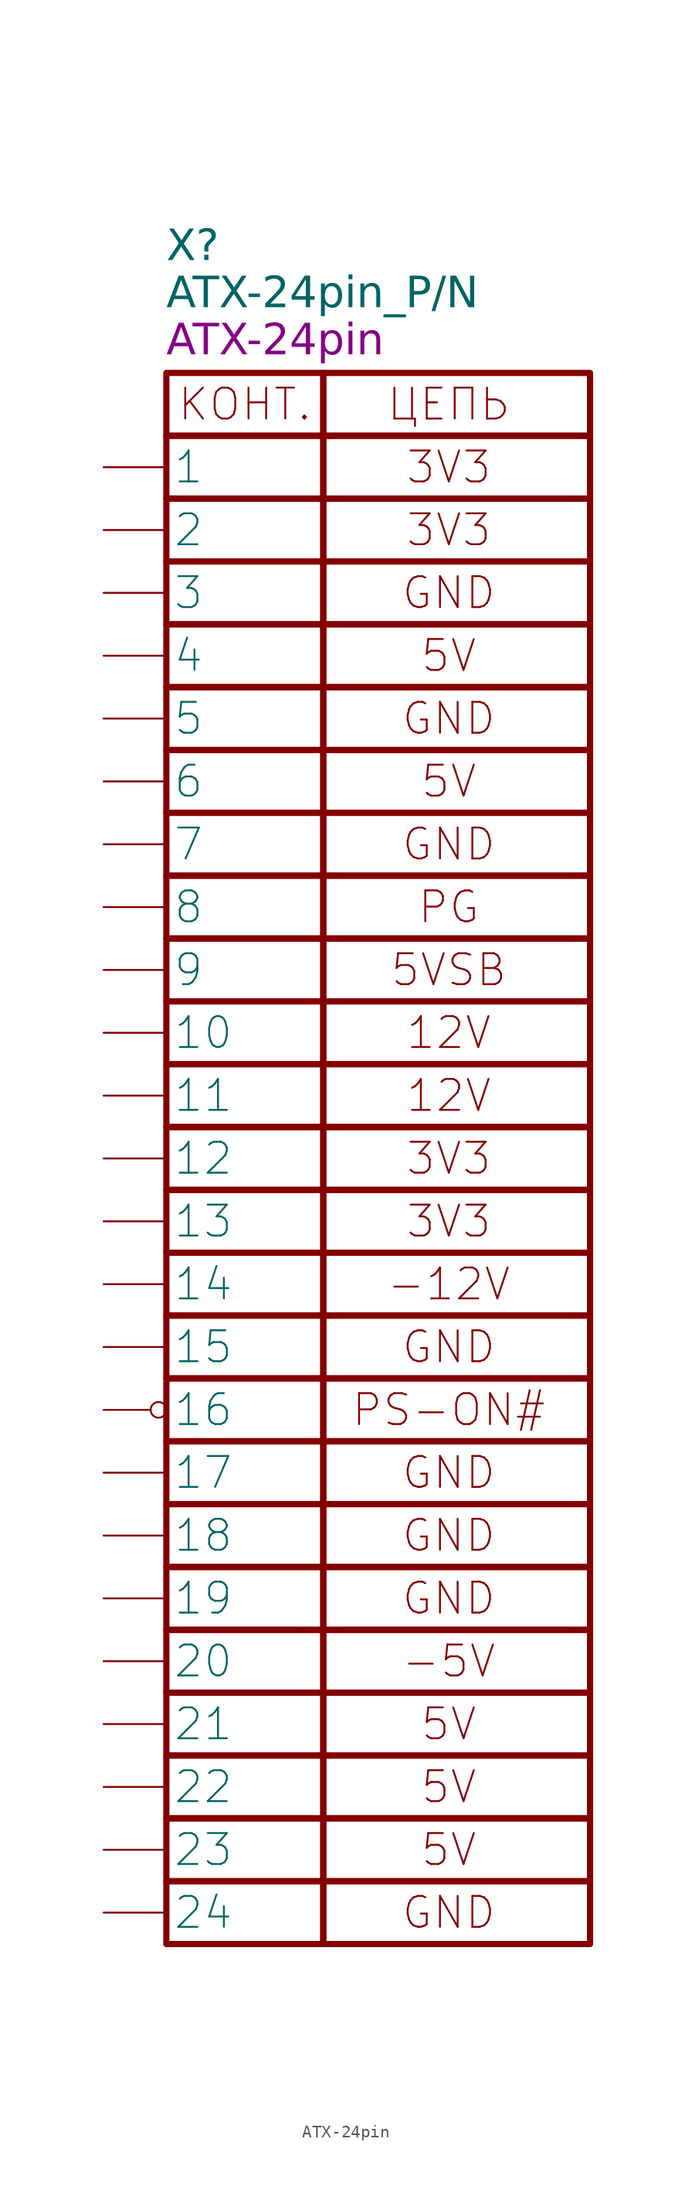
<source format=kicad_sym>
(kicad_symbol_lib
  (version 20241209)
  (generator "kicad_symbol_editor")
  (generator_version "9.0")
  (symbol "ATX-24pin"
    (pin_numbers
      (hide yes))
    (property "Reference" "X"
      (at -12.7 10.16 0)
      (effects (font (face "GOST type A") (size 2.5 2.5) (italic yes)) (justify left)))
    (property "Value" "ATX-24pin_P/N"
      (at -12.7 6.35 0)
      (effects (font (face "GOST type A") (size 2.5 2.5) (italic yes)) (justify left)))
    (property "Name" "ATX-24pin"
      (at -12.7 2.54 0)
      (effects (font (face "GOST type A") (size 2.5 2.5) (italic yes)) (justify left)))
    (symbol "ATX-24pin_0_1"
      (rectangle (start -12.7 0) (end 0 -5.08) (stroke (width 0.5) (type default)) (fill (type none)))
      (rectangle (start -12.7 -5.08) (end 0 -10.16) (stroke (width 0.5) (type default)) (fill (type none)))
      (rectangle (start -12.7 -10.16) (end 0 -15.24) (stroke (width 0.5) (type default)) (fill (type none)))
      (rectangle (start -12.7 -15.24) (end 0 -20.32) (stroke (width 0.5) (type default)) (fill (type none)))
      (rectangle (start -12.7 -20.32) (end 0 -25.4) (stroke (width 0.5) (type default)) (fill (type none)))
      (rectangle (start -12.7 -25.4) (end 0 -30.48) (stroke (width 0.5) (type default)) (fill (type none)))
      (rectangle (start -12.7 -30.48) (end 0 -35.56) (stroke (width 0.5) (type default)) (fill (type none)))
      (rectangle (start -12.7 -35.56) (end 0 -40.64) (stroke (width 0.5) (type default)) (fill (type none)))
      (rectangle (start -12.7 -40.64) (end 0 -45.72) (stroke (width 0.5) (type default)) (fill (type none)))
      (rectangle (start -12.7 -45.72) (end 0 -50.8) (stroke (width 0.5) (type default)) (fill (type none)))
      (rectangle (start -12.7 -50.8) (end 0 -55.88) (stroke (width 0.5) (type default)) (fill (type none)))
      (rectangle (start -12.7 -55.88) (end 0 -60.96) (stroke (width 0.5) (type default)) (fill (type none)))
      (rectangle (start -12.7 -60.96) (end 0 -66.04) (stroke (width 0.5) (type default)) (fill (type none)))
      (rectangle (start -12.7 -66.04) (end 0 -71.12) (stroke (width 0.5) (type default)) (fill (type none)))
      (rectangle (start -12.7 -71.12) (end 0 -76.2) (stroke (width 0.5) (type default)) (fill (type none)))
      (rectangle (start -12.7 -76.2) (end 0 -81.28) (stroke (width 0.5) (type default)) (fill (type none)))
      (rectangle (start -12.7 -81.28) (end 0 -86.36) (stroke (width 0.5) (type default)) (fill (type none)))
      (rectangle (start -12.7 -86.36) (end 0 -91.44) (stroke (width 0.5) (type default)) (fill (type none)))
      (rectangle (start -12.7 -91.44) (end 0 -96.52) (stroke (width 0.5) (type default)) (fill (type none)))
      (rectangle (start -12.7 -96.52) (end 0 -101.6) (stroke (width 0.5) (type default)) (fill (type none)))
      (rectangle (start -12.7 -101.6) (end 0 -106.68) (stroke (width 0.5) (type default)) (fill (type none)))
      (rectangle (start -12.7 -106.68) (end 0 -111.76) (stroke (width 0.5) (type default)) (fill (type none)))
      (rectangle (start -12.7 -111.76) (end 0 -116.84) (stroke (width 0.5) (type default)) (fill (type none)))
      (rectangle (start -12.7 -116.84) (end 0 -121.92) (stroke (width 0.5) (type default)) (fill (type none)))
      (rectangle (start -12.7 -121.92) (end 0 -127) (stroke (width 0.5) (type default)) (fill (type none)))
      (rectangle (start 0 0) (end 21.59 -5.08) (stroke (width 0.5) (type default)) (fill (type none)))
      (text "КОНТ." (at -6.35 -2.54 0) (effects (font (size 2.5 2.5))))
      (text "ЦЕПЬ" (at 10.16 -2.54 0) (effects (font (size 2.5 2.5)))))
    (symbol "ATX-24pin_1_1"
      (rectangle (start 0 -5.08) (end 21.59 -10.16) (stroke (width 0.5) (type default)) (fill (type none)))
      (rectangle (start 0 -15.24) (end 21.59 -10.16) (stroke (width 0.5) (type default)) (fill (type none)))
      (rectangle (start 0 -15.24) (end 21.59 -20.32) (stroke (width 0.5) (type default)) (fill (type none)))
      (rectangle (start 0 -25.4) (end 21.59 -20.32) (stroke (width 0.5) (type default)) (fill (type none)))
      (rectangle (start 0 -30.48) (end 21.59 -25.4) (stroke (width 0.5) (type default)) (fill (type none)))
      (rectangle (start 0 -35.56) (end 21.59 -30.48) (stroke (width 0.5) (type default)) (fill (type none)))
      (rectangle (start 0 -40.64) (end 21.59 -35.56) (stroke (width 0.5) (type default)) (fill (type none)))
      (rectangle (start 0 -45.72) (end 21.59 -40.64) (stroke (width 0.5) (type default)) (fill (type none)))
      (rectangle (start 0 -50.8) (end 21.59 -45.72) (stroke (width 0.5) (type default)) (fill (type none)))
      (rectangle (start 0 -55.88) (end 21.59 -50.8) (stroke (width 0.5) (type default)) (fill (type none)))
      (rectangle (start 0 -60.96) (end 21.59 -55.88) (stroke (width 0.5) (type default)) (fill (type none)))
      (rectangle (start 0 -66.04) (end 21.59 -60.96) (stroke (width 0.5) (type default)) (fill (type none)))
      (rectangle (start 0 -66.04) (end 21.59 -71.12) (stroke (width 0.5) (type default)) (fill (type none)))
      (rectangle (start 0 -76.2) (end 21.59 -71.12) (stroke (width 0.5) (type default)) (fill (type none)))
      (rectangle (start 0 -76.2) (end 21.59 -81.28) (stroke (width 0.5) (type default)) (fill (type none)))
      (rectangle (start 0 -86.36) (end 21.59 -81.28) (stroke (width 0.5) (type default)) (fill (type none)))
      (rectangle (start 0 -91.44) (end 21.59 -86.36) (stroke (width 0.5) (type default)) (fill (type none)))
      (rectangle (start 0 -96.52) (end 21.59 -91.44) (stroke (width 0.5) (type default)) (fill (type none)))
      (rectangle (start 0 -101.6) (end 21.59 -96.52) (stroke (width 0.5) (type default)) (fill (type none)))
      (rectangle (start 0 -106.68) (end 21.59 -101.6) (stroke (width 0.5) (type default)) (fill (type none)))
      (rectangle (start 0 -111.76) (end 21.59 -106.68) (stroke (width 0.5) (type default)) (fill (type none)))
      (rectangle (start 0 -116.84) (end 21.59 -111.76) (stroke (width 0.5) (type default)) (fill (type none)))
      (rectangle (start 0 -121.92) (end 21.59 -116.84) (stroke (width 0.5) (type default)) (fill (type none)))
      (rectangle (start 0 -127) (end 21.59 -121.92) (stroke (width 0.5) (type default)) (fill (type none)))
      (text "3V3" (at 10.16 -7.62 0) (effects (font (size 2.5 2.5))))
      (text "3V3" (at 10.16 -12.7 0) (effects (font (size 2.5 2.5))))
      (text "GND" (at 10.16 -17.78 0) (effects (font (size 2.5 2.5))))
      (text "5V" (at 10.16 -22.86 0) (effects (font (size 2.5 2.5))))
      (text "GND" (at 10.16 -27.94 0) (effects (font (size 2.5 2.5))))
      (text "5V" (at 10.16 -33.02 0) (effects (font (size 2.5 2.5))))
      (text "GND" (at 10.16 -38.1 0) (effects (font (size 2.5 2.5))))
      (text "PG" (at 10.16 -43.18 0) (effects (font (size 2.5 2.5))))
      (text "5VSB" (at 10.16 -48.26 0) (effects (font (size 2.5 2.5))))
      (text "12V" (at 10.16 -53.34 0) (effects (font (size 2.5 2.5))))
      (text "12V" (at 10.16 -58.42 0) (effects (font (size 2.5 2.5))))
      (text "3V3" (at 10.16 -63.5 0) (effects (font (size 2.5 2.5))))
      (text "3V3" (at 10.16 -68.58 0) (effects (font (size 2.5 2.5))))
      (text "-12V" (at 10.16 -73.66 0) (effects (font (size 2.5 2.5))))
      (text "GND" (at 10.16 -78.74 0) (effects (font (size 2.5 2.5))))
      (text "PS-ON#" (at 10.16 -83.82 0) (effects (font (size 2.5 2.5))))
      (text "GND" (at 10.16 -88.9 0) (effects (font (size 2.5 2.5))))
      (text "GND" (at 10.16 -93.98 0) (effects (font (size 2.5 2.5))))
      (text "GND" (at 10.16 -99.06 0) (effects (font (size 2.5 2.5))))
      (text "-5V" (at 10.16 -104.14 0) (effects (font (size 2.5 2.5))))
      (text "5V" (at 10.16 -109.22 0) (effects (font (size 2.5 2.5))))
      (text "5V" (at 10.16 -114.3 0) (effects (font (size 2.5 2.5))))
      (text "5V" (at 10.16 -119.38 0) (effects (font (size 2.5 2.5))))
      (text "GND" (at 10.16 -124.46 0) (effects (font (size 2.5 2.5))))
      (pin power_out line (at -17.78 -7.62 0) (length 5.08) (name "1" (effects (font (size 2.5 2.5)))) (number "1" (effects (font (size 2.5 2.5)))))
      (pin passive line (at -17.78 -12.7 0) (length 5.08) (name "2" (effects (font (size 2.5 2.5)))) (number "2" (effects (font (size 2.5 2.5)))))
      (pin power_out line (at -17.78 -17.78 0) (length 5.08) (name "3" (effects (font (size 2.5 2.5)))) (number "3" (effects (font (size 2.5 2.5)))))
      (pin power_out line (at -17.78 -22.86 0) (length 5.08) (name "4" (effects (font (size 2.5 2.5)))) (number "4" (effects (font (size 2.5 2.5)))))
      (pin passive line (at -17.78 -27.94 0) (length 5.08) (name "5" (effects (font (size 2.5 2.5)))) (number "5" (effects (font (size 2.5 2.5)))))
      (pin passive line (at -17.78 -33.02 0) (length 5.08) (name "6" (effects (font (size 2.5 2.5)))) (number "6" (effects (font (size 2.5 2.5)))))
      (pin passive line (at -17.78 -38.1 0) (length 5.08) (name "7" (effects (font (size 2.5 2.5)))) (number "7" (effects (font (size 2.5 2.5)))))
      (pin output line (at -17.78 -43.18 0) (length 5.08) (name "8" (effects (font (size 2.5 2.5)))) (number "8" (effects (font (size 2.5 2.5)))))
      (pin power_out line (at -17.78 -48.26 0) (length 5.08) (name "9" (effects (font (size 2.5 2.5)))) (number "9" (effects (font (size 2.5 2.5)))))
      (pin power_out line (at -17.78 -53.34 0) (length 5.08) (name "10" (effects (font (size 2.5 2.5)))) (number "10" (effects (font (size 2.5 2.5)))))
      (pin passive line (at -17.78 -58.42 0) (length 5.08) (name "11" (effects (font (size 2.5 2.5)))) (number "11" (effects (font (size 2.5 2.5)))))
      (pin passive line (at -17.78 -63.5 0) (length 5.08) (name "12" (effects (font (size 2.5 2.5)))) (number "12" (effects (font (size 2.5 2.5)))))
      (pin passive line (at -17.78 -68.58 0) (length 5.08) (name "13" (effects (font (size 2.5 2.5)))) (number "13" (effects (font (size 2.5 2.5)))))
      (pin power_out line (at -17.78 -73.66 0) (length 5.08) (name "14" (effects (font (size 2.5 2.5)))) (number "14" (effects (font (size 2.5 2.5)))))
      (pin passive line (at -17.78 -78.74 0) (length 5.08) (name "15" (effects (font (size 2.5 2.5)))) (number "15" (effects (font (size 2.5 2.5)))))
      (pin open_collector inverted (at -17.78 -83.82 0) (length 5.08) (name "16" (effects (font (size 2.5 2.5)))) (number "16" (effects (font (size 2.5 2.5)))))
      (pin passive line (at -17.78 -88.9 0) (length 5.08) (name "17" (effects (font (size 2.5 2.5)))) (number "17" (effects (font (size 2.5 2.5)))))
      (pin passive line (at -17.78 -93.98 0) (length 5.08) (name "18" (effects (font (size 2.5 2.5)))) (number "18" (effects (font (size 2.5 2.5)))))
      (pin passive line (at -17.78 -99.06 0) (length 5.08) (name "19" (effects (font (size 2.5 2.5)))) (number "19" (effects (font (size 2.5 2.5)))))
      (pin power_out line (at -17.78 -104.14 0) (length 5.08) (name "20" (effects (font (size 2.5 2.5)))) (number "20" (effects (font (size 2.5 2.5)))))
      (pin passive line (at -17.78 -109.22 0) (length 5.08) (name "21" (effects (font (size 2.5 2.5)))) (number "21" (effects (font (size 2.5 2.5)))))
      (pin passive line (at -17.78 -114.3 0) (length 5.08) (name "22" (effects (font (size 2.5 2.5)))) (number "22" (effects (font (size 2.5 2.5)))))
      (pin passive line (at -17.78 -119.38 0) (length 5.08) (name "23" (effects (font (size 2.5 2.5)))) (number "23" (effects (font (size 2.5 2.5)))))
      (pin passive line (at -17.78 -124.46 0) (length 5.08) (name "24" (effects (font (size 2.5 2.5)))) (number "24" (effects (font (size 2.5 2.5))))))))
</source>
